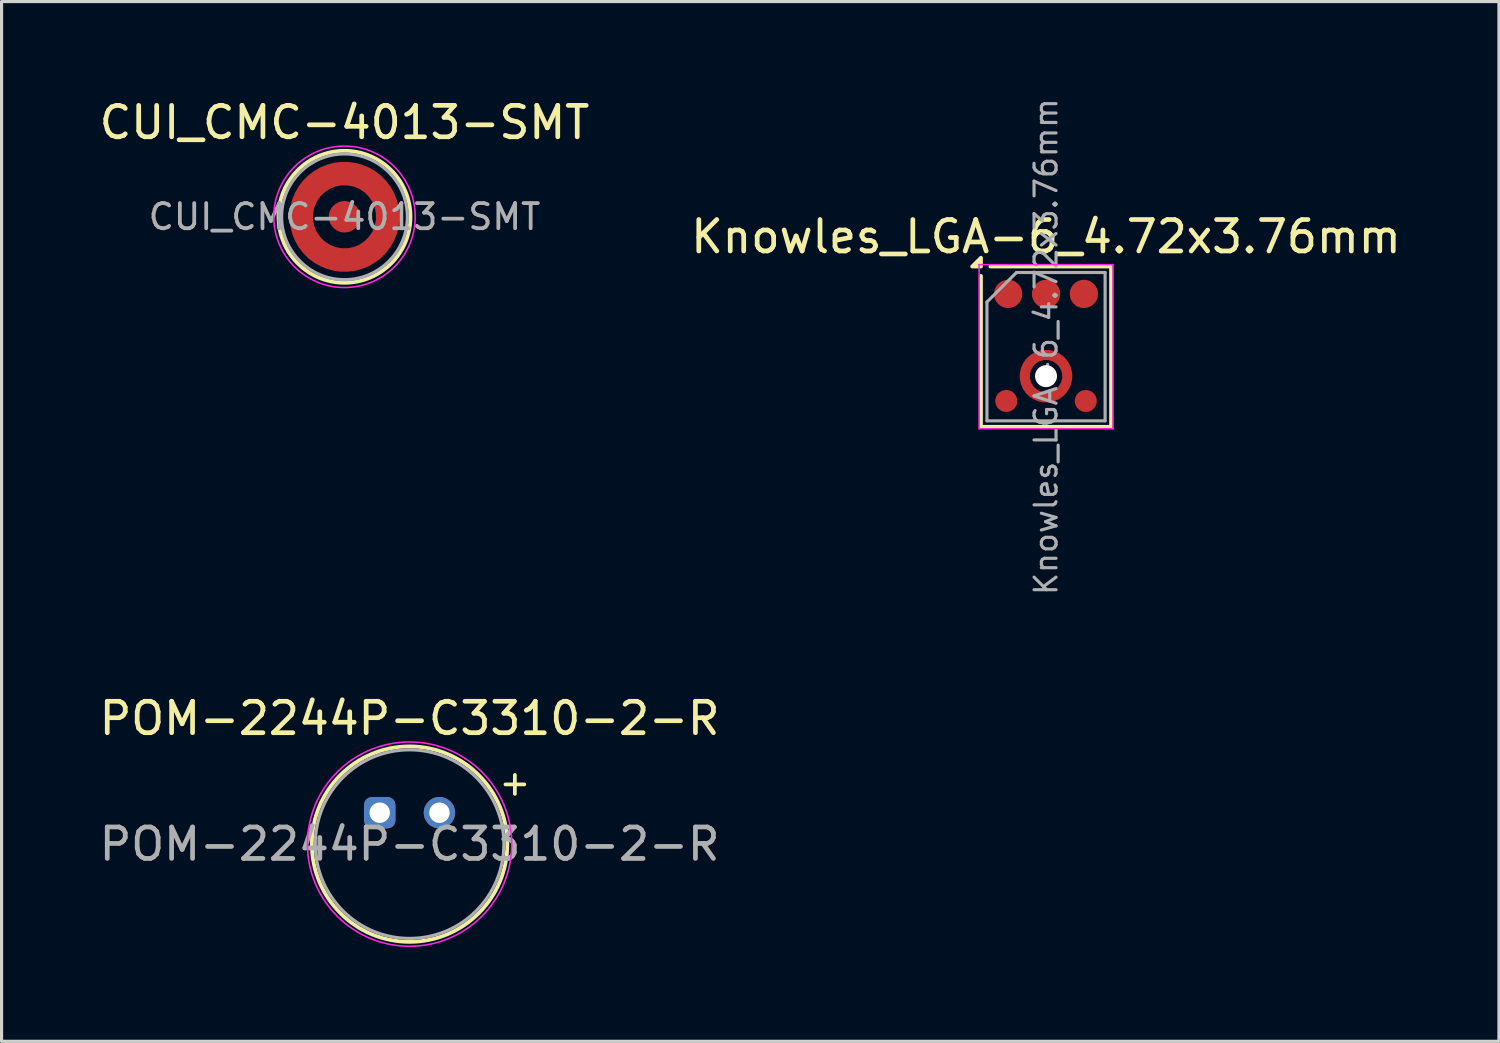
<source format=kicad_pcb>
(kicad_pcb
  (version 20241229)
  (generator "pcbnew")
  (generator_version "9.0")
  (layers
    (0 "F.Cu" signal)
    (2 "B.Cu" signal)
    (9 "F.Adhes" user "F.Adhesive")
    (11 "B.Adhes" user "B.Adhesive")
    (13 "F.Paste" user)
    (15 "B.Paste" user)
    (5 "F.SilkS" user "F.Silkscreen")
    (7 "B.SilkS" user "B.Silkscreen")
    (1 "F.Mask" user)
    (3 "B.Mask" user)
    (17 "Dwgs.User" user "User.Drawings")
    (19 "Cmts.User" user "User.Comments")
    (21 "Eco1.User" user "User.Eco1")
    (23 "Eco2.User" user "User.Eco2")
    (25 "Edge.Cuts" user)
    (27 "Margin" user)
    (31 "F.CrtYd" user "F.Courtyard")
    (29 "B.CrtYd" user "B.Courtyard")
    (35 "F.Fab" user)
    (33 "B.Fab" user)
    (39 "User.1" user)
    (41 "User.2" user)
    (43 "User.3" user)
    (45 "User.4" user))
  (footprint "CUI_CMC-4013-SMT"
    (layer "F.Cu")
    (at 7.911 3.848)
    (property "Reference" "CUI_CMC-4013-SMT" (at 0 -3 0) (layer "F.SilkS") (effects (font (size 1 1) (thickness 0.15))))
    (attr smd)
    (fp_circle (center 0 0) (end 2.1 0) (stroke (width 0.12) (type solid)) (fill no) (layer "F.SilkS"))
    (fp_circle (center 0 0) (end 2.25 0) (stroke (width 0.05) (type solid)) (fill no) (layer "F.CrtYd"))
    (fp_circle (center 0 0) (end 2 0) (stroke (width 0.1) (type solid)) (fill no) (layer "F.Fab"))
    (fp_text user "${REFERENCE}" (at 0 0 0) (layer "F.Fab") (effects (font (size 0.8 0.8) (thickness 0.12))))
    (pad "1" smd custom (at 0 -1.375) (size 0.75 0.75) (layers "F.Cu" "F.Mask" "F.Paste") (options (anchor circle)) (primitives (gr_circle (center 0 1.375) (end 1.375 1.375) (width 0.75) (fill no))))
    (pad "2" smd circle (at 0 0) (size 1 1) (layers "F.Cu" "F.Mask" "F.Paste")))
  (footprint "POM-2244P-C3310-2-R"
    (layer "F.Cu")
    (at 9.032 22.808)
    (property "Reference" "POM-2244P-C3310-2-R" (at 0.95 -3 0) (layer "F.SilkS") (effects (font (size 1 1) (thickness 0.15))))
    (attr through_hole)
    (fp_line (start 4.3 -1.2) (end 4.3 -0.6) (stroke (width 0.12) (type default)) (layer "F.SilkS"))
    (fp_line (start 4.3 -0.9) (end 4 -0.9) (stroke (width 0.12) (type default)) (layer "F.SilkS"))
    (fp_line (start 4.3 -0.9) (end 4.6 -0.9) (stroke (width 0.12) (type default)) (layer "F.SilkS"))
    (fp_circle (center 0.95 1) (end 4.06 1) (stroke (width 0.12) (type default)) (fill no) (layer "F.SilkS"))
    (fp_circle (center 0.95 1) (end 4.2 1) (stroke (width 0.05) (type default)) (fill no) (layer "F.CrtYd"))
    (fp_circle (center 0.95 1) (end 0.95 -2) (stroke (width 0.1) (type default)) (fill no) (layer "F.Fab"))
    (fp_text user "${REFERENCE}" (at 0.95 1 0) (layer "F.Fab") (effects (font (size 1 1) (thickness 0.15))))
    (pad "1" thru_hole roundrect (at 0 0) (size 1 1) (drill 0.65) (layers "*.Cu" "*.Mask") (roundrect_rratio 0.25))
    (pad "2" thru_hole circle (at 1.9 0) (size 1 1) (drill 0.65) (layers "*.Cu" "*.Mask")))
  (footprint "Knowles_LGA-6_4.72x3.76mm"
    (layer "F.Cu")
    (at 30.232 7.98)
    (property "Reference" "Knowles_LGA-6_4.72x3.76mm" (at 0 -3.5 0) (layer "F.SilkS") (effects (font (size 1 1) (thickness 0.15))))
    (attr smd)
    (fp_line (start -2.07 -2.25) (end -2.07 2.55) (stroke (width 0.12) (type solid)) (layer "F.SilkS"))
    (fp_line (start 2.07 -2.55) (end -1.77 -2.55) (stroke (width 0.12) (type solid)) (layer "F.SilkS"))
    (fp_line (start 2.07 -2.55) (end 2.07 2.55) (stroke (width 0.12) (type solid)) (layer "F.SilkS"))
    (fp_line (start 2.07 2.55) (end -2.07 2.55) (stroke (width 0.12) (type solid)) (layer "F.SilkS"))
    (fp_poly (pts (xy -2.07 -2.55) (xy -2.35 -2.55) (xy -2.07 -2.83) (xy -2.07 -2.55)) (stroke (width 0.12) (type solid)) (fill yes) (layer "F.SilkS"))
    (fp_arc (start -0.6073 1.233) (mid -0.675406 0.938) (end -0.6073 0.643) (stroke (width 0.3) (type solid)) (layer "F.Paste"))
    (fp_arc (start -0.295 0.3307) (mid 0 0.262594) (end 0.295 0.3307) (stroke (width 0.3) (type solid)) (layer "F.Paste"))
    (fp_arc (start 0.295 1.5453) (mid 0 1.613406) (end -0.295 1.5453) (stroke (width 0.3255) (type solid)) (layer "F.Paste"))
    (fp_arc (start 0.6073 0.643) (mid 0.675406 0.938) (end 0.6073 1.233) (stroke (width 0.3) (type solid)) (layer "F.Paste"))
    (fp_line (start -2.13 -2.61) (end 2.13 -2.61) (stroke (width 0.05) (type solid)) (layer "F.CrtYd"))
    (fp_line (start -2.13 2.61) (end -2.13 -2.61) (stroke (width 0.05) (type solid)) (layer "F.CrtYd"))
    (fp_line (start 2.13 -2.61) (end 2.13 2.61) (stroke (width 0.05) (type solid)) (layer "F.CrtYd"))
    (fp_line (start 2.13 2.61) (end -2.13 2.61) (stroke (width 0.05) (type solid)) (layer "F.CrtYd"))
    (fp_line (start -1.88 -1.42) (end -0.94 -2.36) (stroke (width 0.1) (type default)) (layer "F.Fab"))
    (fp_line (start -1.88 2.36) (end -1.88 -1.42) (stroke (width 0.1) (type solid)) (layer "F.Fab"))
    (fp_line (start 1.88 -2.36) (end -0.94 -2.36) (stroke (width 0.1) (type solid)) (layer "F.Fab"))
    (fp_line (start 1.88 -2.36) (end 1.88 2.36) (stroke (width 0.1) (type solid)) (layer "F.Fab"))
    (fp_line (start 1.88 2.36) (end -1.88 2.36) (stroke (width 0.1) (type solid)) (layer "F.Fab"))
    (fp_text user "${REFERENCE}" (at 0 0 90) (layer "F.Fab") (effects (font (size 0.7 0.7) (thickness 0.1))))
    (pad "" np_thru_hole circle (at 0 0.938) (size 0.7 0.7) (drill 0.7) (layers "*.Cu" "*.Mask"))
    (pad "1" smd circle (at -1.204 -1.678) (size 0.9 0.9) (layers "F.Cu" "F.Mask" "F.Paste"))
    (pad "2" smd circle (at -1.265 1.728) (size 0.7 0.7) (layers "F.Cu" "F.Mask" "F.Paste"))
    (pad "3" smd custom (at 0 1.613) (size 0.3 0.3) (layers "F.Cu" "F.Mask") (options (anchor circle)) (primitives (gr_circle (center 0 -0.675) (end 0.675 -0.675) (width 0.326) (fill no))))
    (pad "4" smd circle (at 1.265 1.728) (size 0.7 0.7) (layers "F.Cu" "F.Mask" "F.Paste"))
    (pad "5" smd circle (at 1.204 -1.678) (size 0.9 0.9) (layers "F.Cu" "F.Mask" "F.Paste"))
    (pad "6" smd circle (at 0 -1.678) (size 0.9 0.9) (layers "F.Cu" "F.Mask" "F.Paste")))
  (gr_rect
    (start -3 -3)
    (end 44.643 30.083)
    (stroke (width 0.1) (type default))
    (fill no)
    (layer "Edge.Cuts")))
</source>
